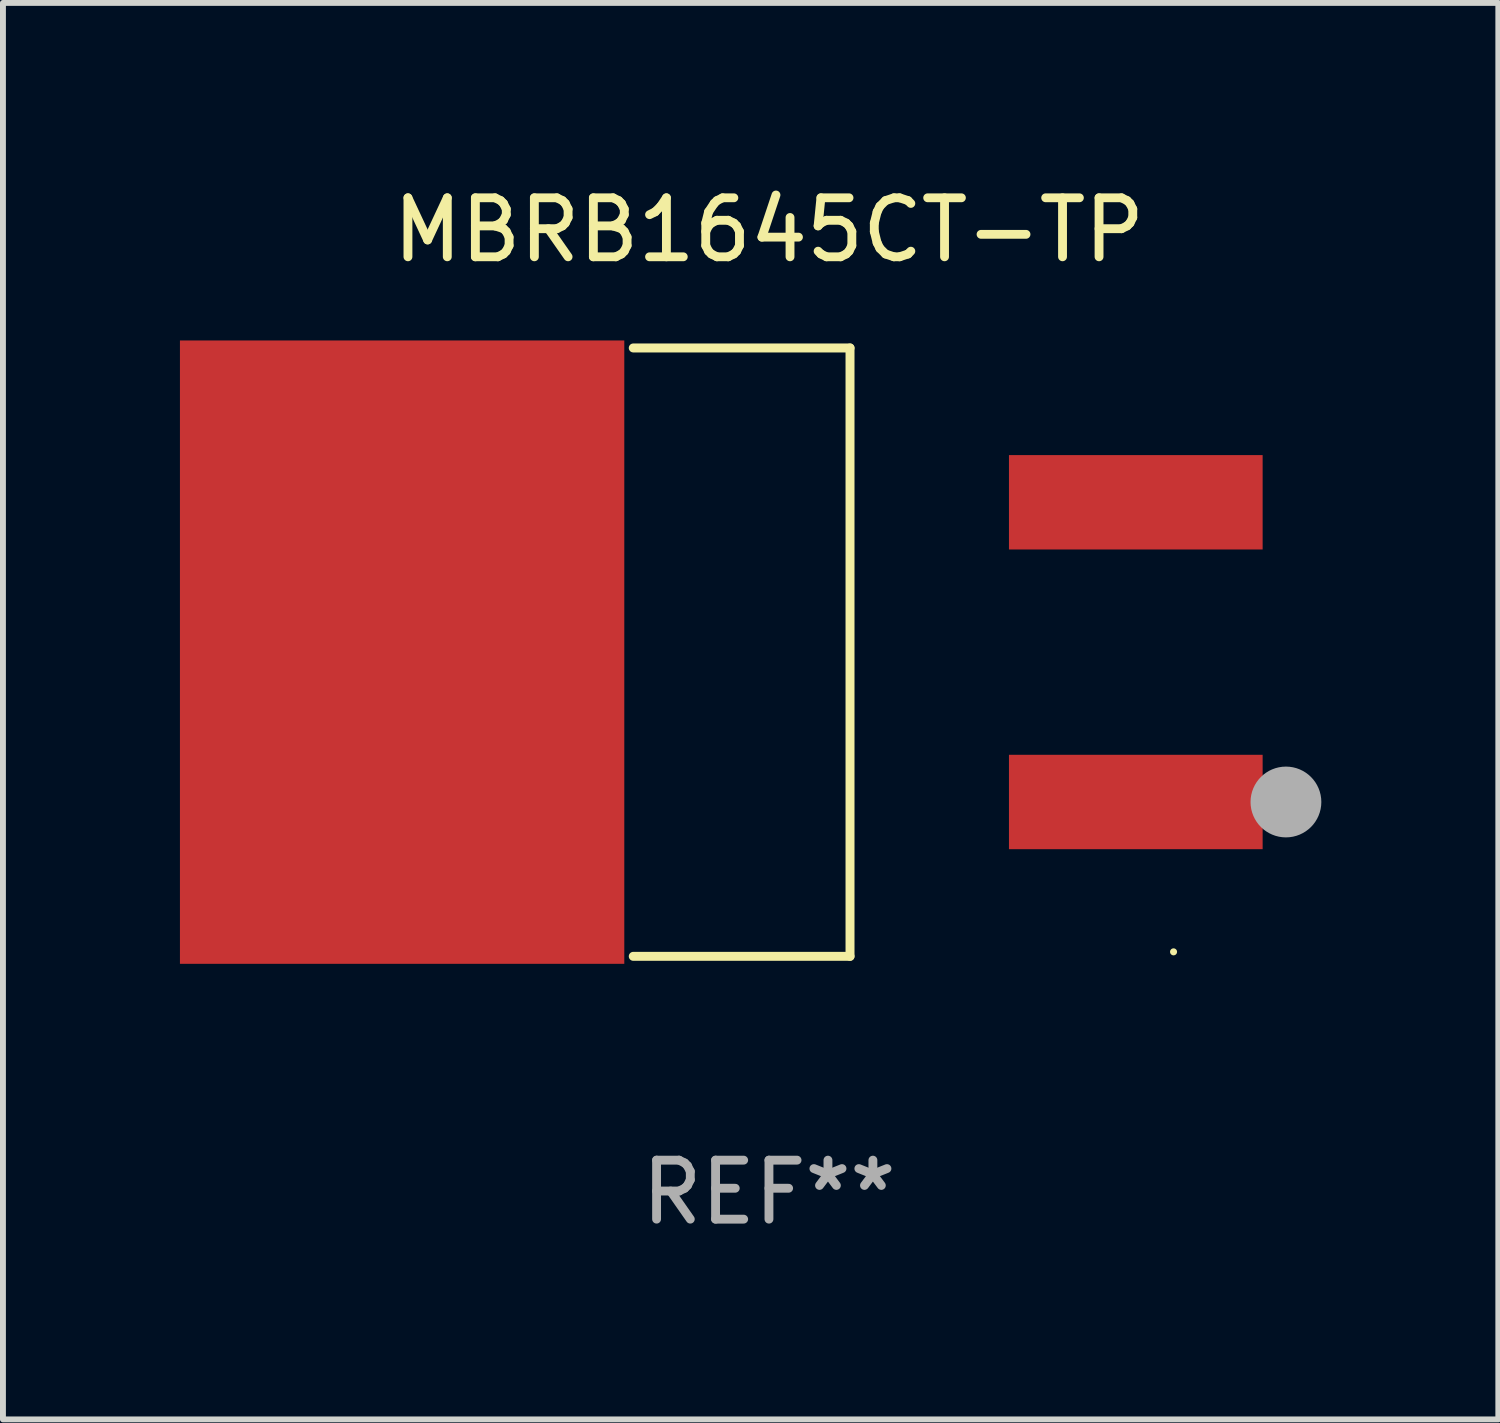
<source format=kicad_pcb>
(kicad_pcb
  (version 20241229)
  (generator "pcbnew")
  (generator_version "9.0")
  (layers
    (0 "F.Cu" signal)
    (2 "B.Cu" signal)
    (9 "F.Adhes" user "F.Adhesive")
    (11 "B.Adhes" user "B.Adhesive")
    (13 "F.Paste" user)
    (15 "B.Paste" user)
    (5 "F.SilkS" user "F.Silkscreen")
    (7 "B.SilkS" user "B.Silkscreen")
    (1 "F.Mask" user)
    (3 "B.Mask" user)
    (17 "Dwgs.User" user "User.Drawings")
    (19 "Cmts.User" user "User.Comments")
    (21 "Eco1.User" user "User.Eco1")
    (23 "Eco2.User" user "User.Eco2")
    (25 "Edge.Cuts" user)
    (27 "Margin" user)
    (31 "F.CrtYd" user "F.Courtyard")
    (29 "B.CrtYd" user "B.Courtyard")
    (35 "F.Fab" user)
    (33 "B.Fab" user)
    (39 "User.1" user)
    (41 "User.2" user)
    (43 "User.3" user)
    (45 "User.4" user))
  (footprint "MBRB1645CT-TP"
    (layer "F.Cu")
    (at 9.984 8.004)
    (property "Reference" "MBRB1645CT-TP" (at 0 -7.156 0) (layer "F.SilkS") (effects (font (size 1 1) (thickness 0.15))))
    (attr through_hole)
    (fp_line (start -2.3 -5.156) (end 1.374 -5.156) (stroke (width 0.152) (type solid)) (layer "F.SilkS"))
    (fp_line (start -2.3 5.156) (end 1.374 5.156) (stroke (width 0.152) (type solid)) (layer "F.SilkS"))
    (fp_line (start 1.374 5.156) (end 1.374 -5.156) (stroke (width 0.152) (type solid)) (layer "F.SilkS"))
    (fp_circle (center 6.858 5.08) (end 6.888 5.08) (stroke (width 0.06) (type solid)) (fill no) (layer "F.SilkS"))
    (fp_circle (center 8.763 2.54) (end 9.063 2.54) (stroke (width 0.6) (type solid)) (fill no) (layer "F.Fab"))
    (fp_text user "REF**" (at 0 9.156 0) (layer "F.Fab") (effects (font (size 1 1) (thickness 0.15))))
    (pad "1" smd rect (at 6.218 2.54 180) (size 4.3 1.6) (layers "F.Cu" "F.Mask" "F.Paste"))
    (pad "2" smd rect (at -6.218 0 180) (size 7.532 10.566) (layers "F.Cu" "F.Mask" "F.Paste"))
    (pad "3" smd rect (at 6.218 -2.54 180) (size 4.3 1.6) (layers "F.Cu" "F.Mask" "F.Paste")))
  (gr_rect
    (start -3 -3)
    (end 22.347 21.009)
    (stroke (width 0.1) (type default))
    (fill no)
    (layer "Edge.Cuts")))
</source>
